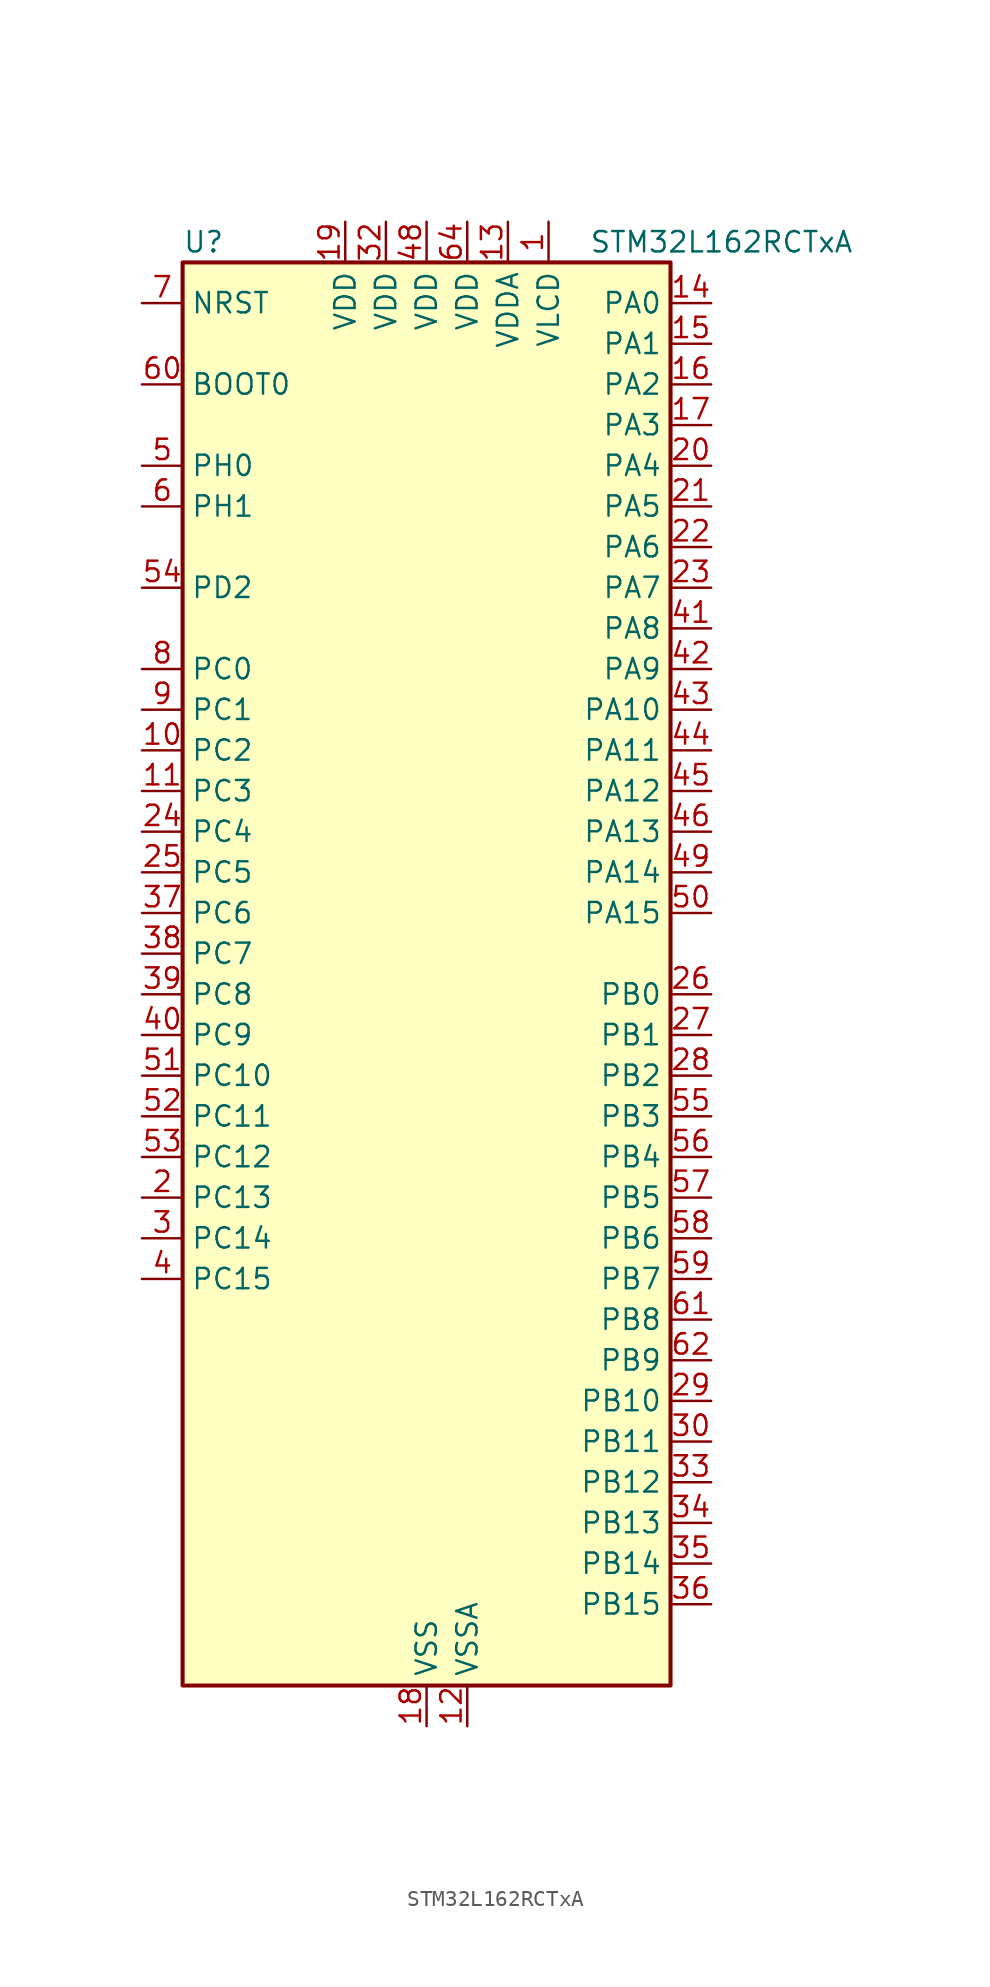
<source format=kicad_sym>
(kicad_symbol_lib
  (version 20231120)
  (generator "kicad_symbol_editor")
  (generator_version "8.0")
  (symbol "STM32L162RCTxA"
    (property "Reference" "U"
      (at -15.24 46.99 0)
      (effects (font (size 1.27 1.27)) (justify left)))
    (property "Value" "STM32L162RCTxA"
      (at 10.16 46.99 0)
      (effects (font (size 1.27 1.27)) (justify left)))
    (property "ki_locked" ""
      (at 0 0 0)
      (effects (font (size 1.27 1.27))))
    (symbol "STM32L162RCTxA_0_1"
      (rectangle (start -15.24 -43.18) (end 15.24 45.72) (stroke (width 0.254) (type default)) (fill (type background))))
    (symbol "STM32L162RCTxA_1_1"
      (pin power_in line (at 7.62 48.26 270) (length 2.54) (name "VLCD" (effects (font (size 1.27 1.27)))) (number "1" (effects (font (size 1.27 1.27)))))
      (pin bidirectional line (at -17.78 15.24 0) (length 2.54) (name "PC2" (effects (font (size 1.27 1.27)))) (number "10" (effects (font (size 1.27 1.27)))) (alternate "ADC_IN12" bidirectional line) (alternate "COMP1_INP" bidirectional line) (alternate "LCD_SEG20" bidirectional line) (alternate "TIMX_IC3" bidirectional line) (alternate "TS_G8_IO3" bidirectional line))
      (pin bidirectional line (at -17.78 12.7 0) (length 2.54) (name "PC3" (effects (font (size 1.27 1.27)))) (number "11" (effects (font (size 1.27 1.27)))) (alternate "ADC_IN13" bidirectional line) (alternate "COMP1_INP" bidirectional line) (alternate "LCD_SEG21" bidirectional line) (alternate "TIMX_IC4" bidirectional line) (alternate "TS_G8_IO4" bidirectional line))
      (pin power_in line (at 2.54 -45.72 90) (length 2.54) (name "VSSA" (effects (font (size 1.27 1.27)))) (number "12" (effects (font (size 1.27 1.27)))))
      (pin power_in line (at 5.08 48.26 270) (length 2.54) (name "VDDA" (effects (font (size 1.27 1.27)))) (number "13" (effects (font (size 1.27 1.27)))))
      (pin bidirectional line (at 17.78 43.18 180) (length 2.54) (name "PA0" (effects (font (size 1.27 1.27)))) (number "14" (effects (font (size 1.27 1.27)))) (alternate "ADC_IN0" bidirectional line) (alternate "COMP1_INP" bidirectional line) (alternate "RTC_TAMP2" bidirectional line) (alternate "SYS_WKUP1" bidirectional line) (alternate "TIM2_CH1" bidirectional line) (alternate "TIM2_ETR" bidirectional line) (alternate "TIM5_CH1" bidirectional line) (alternate "TIMX_IC1" bidirectional line) (alternate "TS_G1_IO1" bidirectional line) (alternate "USART2_CTS" bidirectional line))
      (pin bidirectional line (at 17.78 40.64 180) (length 2.54) (name "PA1" (effects (font (size 1.27 1.27)))) (number "15" (effects (font (size 1.27 1.27)))) (alternate "ADC_IN1" bidirectional line) (alternate "COMP1_INP" bidirectional line) (alternate "LCD_SEG0" bidirectional line) (alternate "OPAMP1_VINP" bidirectional line) (alternate "TIM2_CH2" bidirectional line) (alternate "TIM5_CH2" bidirectional line) (alternate "TIMX_IC2" bidirectional line) (alternate "TS_G1_IO2" bidirectional line) (alternate "USART2_RTS" bidirectional line))
      (pin bidirectional line (at 17.78 38.1 180) (length 2.54) (name "PA2" (effects (font (size 1.27 1.27)))) (number "16" (effects (font (size 1.27 1.27)))) (alternate "ADC_IN2" bidirectional line) (alternate "COMP1_INP" bidirectional line) (alternate "LCD_SEG1" bidirectional line) (alternate "OPAMP1_VINM" bidirectional line) (alternate "TIM2_CH3" bidirectional line) (alternate "TIM5_CH3" bidirectional line) (alternate "TIM9_CH1" bidirectional line) (alternate "TIMX_IC3" bidirectional line) (alternate "TS_G1_IO3" bidirectional line) (alternate "USART2_TX" bidirectional line))
      (pin bidirectional line (at 17.78 35.56 180) (length 2.54) (name "PA3" (effects (font (size 1.27 1.27)))) (number "17" (effects (font (size 1.27 1.27)))) (alternate "ADC_IN3" bidirectional line) (alternate "COMP1_INP" bidirectional line) (alternate "LCD_SEG2" bidirectional line) (alternate "OPAMP1_VOUT" bidirectional line) (alternate "TIM2_CH4" bidirectional line) (alternate "TIM5_CH4" bidirectional line) (alternate "TIM9_CH2" bidirectional line) (alternate "TIMX_IC4" bidirectional line) (alternate "TS_G1_IO4" bidirectional line) (alternate "USART2_RX" bidirectional line))
      (pin power_in line (at 0 -45.72 90) (length 2.54) (name "VSS" (effects (font (size 1.27 1.27)))) (number "18" (effects (font (size 1.27 1.27)))))
      (pin power_in line (at -5.08 48.26 270) (length 2.54) (name "VDD" (effects (font (size 1.27 1.27)))) (number "19" (effects (font (size 1.27 1.27)))))
      (pin bidirectional line (at -17.78 -12.7 0) (length 2.54) (name "PC13" (effects (font (size 1.27 1.27)))) (number "2" (effects (font (size 1.27 1.27)))) (alternate "RTC_OUT_ALARM" bidirectional line) (alternate "RTC_OUT_CALIB" bidirectional line) (alternate "RTC_TAMP1" bidirectional line) (alternate "RTC_TS" bidirectional line) (alternate "SYS_WKUP2" bidirectional line) (alternate "TIMX_IC2" bidirectional line))
      (pin bidirectional line (at 17.78 33.02 180) (length 2.54) (name "PA4" (effects (font (size 1.27 1.27)))) (number "20" (effects (font (size 1.27 1.27)))) (alternate "ADC_IN4" bidirectional line) (alternate "COMP1_INP" bidirectional line) (alternate "DAC_OUT1" bidirectional line) (alternate "I2S3_WS" bidirectional line) (alternate "SPI1_NSS" bidirectional line) (alternate "SPI3_NSS" bidirectional line) (alternate "TIMX_IC1" bidirectional line) (alternate "USART2_CK" bidirectional line))
      (pin bidirectional line (at 17.78 30.48 180) (length 2.54) (name "PA5" (effects (font (size 1.27 1.27)))) (number "21" (effects (font (size 1.27 1.27)))) (alternate "ADC_IN5" bidirectional line) (alternate "COMP1_INP" bidirectional line) (alternate "DAC_OUT2" bidirectional line) (alternate "SPI1_SCK" bidirectional line) (alternate "TIM2_CH1" bidirectional line) (alternate "TIM2_ETR" bidirectional line) (alternate "TIMX_IC2" bidirectional line))
      (pin bidirectional line (at 17.78 27.94 180) (length 2.54) (name "PA6" (effects (font (size 1.27 1.27)))) (number "22" (effects (font (size 1.27 1.27)))) (alternate "ADC_IN6" bidirectional line) (alternate "COMP1_INP" bidirectional line) (alternate "LCD_SEG3" bidirectional line) (alternate "OPAMP2_VINP" bidirectional line) (alternate "SPI1_MISO" bidirectional line) (alternate "TIM10_CH1" bidirectional line) (alternate "TIM3_CH1" bidirectional line) (alternate "TIMX_IC3" bidirectional line) (alternate "TS_G2_IO1" bidirectional line))
      (pin bidirectional line (at 17.78 25.4 180) (length 2.54) (name "PA7" (effects (font (size 1.27 1.27)))) (number "23" (effects (font (size 1.27 1.27)))) (alternate "ADC_IN7" bidirectional line) (alternate "COMP1_INP" bidirectional line) (alternate "LCD_SEG4" bidirectional line) (alternate "OPAMP2_VINM" bidirectional line) (alternate "SPI1_MOSI" bidirectional line) (alternate "TIM11_CH1" bidirectional line) (alternate "TIM3_CH2" bidirectional line) (alternate "TIMX_IC4" bidirectional line) (alternate "TS_G2_IO2" bidirectional line))
      (pin bidirectional line (at -17.78 10.16 0) (length 2.54) (name "PC4" (effects (font (size 1.27 1.27)))) (number "24" (effects (font (size 1.27 1.27)))) (alternate "ADC_IN14" bidirectional line) (alternate "COMP1_INP" bidirectional line) (alternate "LCD_SEG22" bidirectional line) (alternate "TIMX_IC1" bidirectional line) (alternate "TS_G9_IO1" bidirectional line))
      (pin bidirectional line (at -17.78 7.62 0) (length 2.54) (name "PC5" (effects (font (size 1.27 1.27)))) (number "25" (effects (font (size 1.27 1.27)))) (alternate "ADC_IN15" bidirectional line) (alternate "COMP1_INP" bidirectional line) (alternate "LCD_SEG23" bidirectional line) (alternate "TIMX_IC2" bidirectional line) (alternate "TS_G9_IO2" bidirectional line))
      (pin bidirectional line (at 17.78 0 180) (length 2.54) (name "PB0" (effects (font (size 1.27 1.27)))) (number "26" (effects (font (size 1.27 1.27)))) (alternate "ADC_IN8" bidirectional line) (alternate "COMP1_INP" bidirectional line) (alternate "LCD_SEG5" bidirectional line) (alternate "OPAMP2_VOUT" bidirectional line) (alternate "SYS_V_REF_OUT" bidirectional line) (alternate "TIM3_CH3" bidirectional line) (alternate "TS_G3_IO1" bidirectional line))
      (pin bidirectional line (at 17.78 -2.54 180) (length 2.54) (name "PB1" (effects (font (size 1.27 1.27)))) (number "27" (effects (font (size 1.27 1.27)))) (alternate "ADC_IN9" bidirectional line) (alternate "COMP1_INP" bidirectional line) (alternate "LCD_SEG6" bidirectional line) (alternate "SYS_V_REF_OUT" bidirectional line) (alternate "TIM3_CH4" bidirectional line) (alternate "TS_G3_IO2" bidirectional line))
      (pin bidirectional line (at 17.78 -5.08 180) (length 2.54) (name "PB2" (effects (font (size 1.27 1.27)))) (number "28" (effects (font (size 1.27 1.27)))) (alternate "TS_G3_IO3" bidirectional line))
      (pin bidirectional line (at 17.78 -25.4 180) (length 2.54) (name "PB10" (effects (font (size 1.27 1.27)))) (number "29" (effects (font (size 1.27 1.27)))) (alternate "I2C2_SCL" bidirectional line) (alternate "LCD_SEG10" bidirectional line) (alternate "TIM2_CH3" bidirectional line) (alternate "USART3_TX" bidirectional line))
      (pin bidirectional line (at -17.78 -15.24 0) (length 2.54) (name "PC14" (effects (font (size 1.27 1.27)))) (number "3" (effects (font (size 1.27 1.27)))) (alternate "RCC_OSC32_IN" bidirectional line) (alternate "TIMX_IC3" bidirectional line))
      (pin bidirectional line (at 17.78 -27.94 180) (length 2.54) (name "PB11" (effects (font (size 1.27 1.27)))) (number "30" (effects (font (size 1.27 1.27)))) (alternate "ADC_EXTI11" bidirectional line) (alternate "I2C2_SDA" bidirectional line) (alternate "LCD_SEG11" bidirectional line) (alternate "TIM2_CH4" bidirectional line) (alternate "USART3_RX" bidirectional line))
      (pin passive line (at 0 -45.72 90) (length 2.54) hide (name "VSS" (effects (font (size 1.27 1.27)))) (number "31" (effects (font (size 1.27 1.27)))))
      (pin power_in line (at -2.54 48.26 270) (length 2.54) (name "VDD" (effects (font (size 1.27 1.27)))) (number "32" (effects (font (size 1.27 1.27)))))
      (pin bidirectional line (at 17.78 -30.48 180) (length 2.54) (name "PB12" (effects (font (size 1.27 1.27)))) (number "33" (effects (font (size 1.27 1.27)))) (alternate "ADC_IN18" bidirectional line) (alternate "COMP1_INP" bidirectional line) (alternate "I2C2_SMBA" bidirectional line) (alternate "I2S2_WS" bidirectional line) (alternate "LCD_SEG12" bidirectional line) (alternate "SPI2_NSS" bidirectional line) (alternate "TIM10_CH1" bidirectional line) (alternate "TS_G7_IO1" bidirectional line) (alternate "USART3_CK" bidirectional line))
      (pin bidirectional line (at 17.78 -33.02 180) (length 2.54) (name "PB13" (effects (font (size 1.27 1.27)))) (number "34" (effects (font (size 1.27 1.27)))) (alternate "ADC_IN19" bidirectional line) (alternate "COMP1_INP" bidirectional line) (alternate "I2S2_CK" bidirectional line) (alternate "LCD_SEG13" bidirectional line) (alternate "SPI2_SCK" bidirectional line) (alternate "TIM9_CH1" bidirectional line) (alternate "TS_G7_IO2" bidirectional line) (alternate "USART3_CTS" bidirectional line))
      (pin bidirectional line (at 17.78 -35.56 180) (length 2.54) (name "PB14" (effects (font (size 1.27 1.27)))) (number "35" (effects (font (size 1.27 1.27)))) (alternate "ADC_IN20" bidirectional line) (alternate "COMP1_INP" bidirectional line) (alternate "LCD_SEG14" bidirectional line) (alternate "SPI2_MISO" bidirectional line) (alternate "TIM9_CH2" bidirectional line) (alternate "TS_G7_IO3" bidirectional line) (alternate "USART3_RTS" bidirectional line))
      (pin bidirectional line (at 17.78 -38.1 180) (length 2.54) (name "PB15" (effects (font (size 1.27 1.27)))) (number "36" (effects (font (size 1.27 1.27)))) (alternate "ADC_EXTI15" bidirectional line) (alternate "ADC_IN21" bidirectional line) (alternate "COMP1_INP" bidirectional line) (alternate "I2S2_SD" bidirectional line) (alternate "LCD_SEG15" bidirectional line) (alternate "RTC_REFIN" bidirectional line) (alternate "SPI2_MOSI" bidirectional line) (alternate "TIM11_CH1" bidirectional line) (alternate "TS_G7_IO4" bidirectional line))
      (pin bidirectional line (at -17.78 5.08 0) (length 2.54) (name "PC6" (effects (font (size 1.27 1.27)))) (number "37" (effects (font (size 1.27 1.27)))) (alternate "I2S2_MCK" bidirectional line) (alternate "LCD_SEG24" bidirectional line) (alternate "TIM3_CH1" bidirectional line) (alternate "TIMX_IC3" bidirectional line) (alternate "TS_G10_IO1" bidirectional line))
      (pin bidirectional line (at -17.78 2.54 0) (length 2.54) (name "PC7" (effects (font (size 1.27 1.27)))) (number "38" (effects (font (size 1.27 1.27)))) (alternate "I2S3_MCK" bidirectional line) (alternate "LCD_SEG25" bidirectional line) (alternate "TIM3_CH2" bidirectional line) (alternate "TIMX_IC4" bidirectional line) (alternate "TS_G10_IO2" bidirectional line))
      (pin bidirectional line (at -17.78 0 0) (length 2.54) (name "PC8" (effects (font (size 1.27 1.27)))) (number "39" (effects (font (size 1.27 1.27)))) (alternate "LCD_SEG26" bidirectional line) (alternate "TIM3_CH3" bidirectional line) (alternate "TIMX_IC1" bidirectional line) (alternate "TS_G10_IO3" bidirectional line))
      (pin bidirectional line (at -17.78 -17.78 0) (length 2.54) (name "PC15" (effects (font (size 1.27 1.27)))) (number "4" (effects (font (size 1.27 1.27)))) (alternate "ADC_EXTI15" bidirectional line) (alternate "RCC_OSC32_OUT" bidirectional line) (alternate "TIMX_IC4" bidirectional line))
      (pin bidirectional line (at -17.78 -2.54 0) (length 2.54) (name "PC9" (effects (font (size 1.27 1.27)))) (number "40" (effects (font (size 1.27 1.27)))) (alternate "DAC_EXTI9" bidirectional line) (alternate "LCD_SEG27" bidirectional line) (alternate "TIM3_CH4" bidirectional line) (alternate "TIMX_IC2" bidirectional line) (alternate "TS_G10_IO4" bidirectional line))
      (pin bidirectional line (at 17.78 22.86 180) (length 2.54) (name "PA8" (effects (font (size 1.27 1.27)))) (number "41" (effects (font (size 1.27 1.27)))) (alternate "LCD_COM0" bidirectional line) (alternate "RCC_MCO" bidirectional line) (alternate "TIMX_IC1" bidirectional line) (alternate "TS_G4_IO1" bidirectional line) (alternate "USART1_CK" bidirectional line))
      (pin bidirectional line (at 17.78 20.32 180) (length 2.54) (name "PA9" (effects (font (size 1.27 1.27)))) (number "42" (effects (font (size 1.27 1.27)))) (alternate "DAC_EXTI9" bidirectional line) (alternate "LCD_COM1" bidirectional line) (alternate "TIMX_IC2" bidirectional line) (alternate "TS_G4_IO2" bidirectional line) (alternate "USART1_TX" bidirectional line))
      (pin bidirectional line (at 17.78 17.78 180) (length 2.54) (name "PA10" (effects (font (size 1.27 1.27)))) (number "43" (effects (font (size 1.27 1.27)))) (alternate "LCD_COM2" bidirectional line) (alternate "TIMX_IC3" bidirectional line) (alternate "TS_G4_IO3" bidirectional line) (alternate "USART1_RX" bidirectional line))
      (pin bidirectional line (at 17.78 15.24 180) (length 2.54) (name "PA11" (effects (font (size 1.27 1.27)))) (number "44" (effects (font (size 1.27 1.27)))) (alternate "ADC_EXTI11" bidirectional line) (alternate "SPI1_MISO" bidirectional line) (alternate "TIMX_IC4" bidirectional line) (alternate "USART1_CTS" bidirectional line) (alternate "USB_DM" bidirectional line))
      (pin bidirectional line (at 17.78 12.7 180) (length 2.54) (name "PA12" (effects (font (size 1.27 1.27)))) (number "45" (effects (font (size 1.27 1.27)))) (alternate "SPI1_MOSI" bidirectional line) (alternate "TIMX_IC1" bidirectional line) (alternate "USART1_RTS" bidirectional line) (alternate "USB_DP" bidirectional line))
      (pin bidirectional line (at 17.78 10.16 180) (length 2.54) (name "PA13" (effects (font (size 1.27 1.27)))) (number "46" (effects (font (size 1.27 1.27)))) (alternate "SYS_JTMS-SWDIO" bidirectional line) (alternate "TIMX_IC2" bidirectional line) (alternate "TS_G5_IO1" bidirectional line))
      (pin passive line (at 0 -45.72 90) (length 2.54) hide (name "VSS" (effects (font (size 1.27 1.27)))) (number "47" (effects (font (size 1.27 1.27)))))
      (pin power_in line (at 0 48.26 270) (length 2.54) (name "VDD" (effects (font (size 1.27 1.27)))) (number "48" (effects (font (size 1.27 1.27)))))
      (pin bidirectional line (at 17.78 7.62 180) (length 2.54) (name "PA14" (effects (font (size 1.27 1.27)))) (number "49" (effects (font (size 1.27 1.27)))) (alternate "SYS_JTCK-SWCLK" bidirectional line) (alternate "TIMX_IC3" bidirectional line) (alternate "TS_G5_IO2" bidirectional line))
      (pin bidirectional line (at -17.78 33.02 0) (length 2.54) (name "PH0" (effects (font (size 1.27 1.27)))) (number "5" (effects (font (size 1.27 1.27)))) (alternate "RCC_OSC_IN" bidirectional line))
      (pin bidirectional line (at 17.78 5.08 180) (length 2.54) (name "PA15" (effects (font (size 1.27 1.27)))) (number "50" (effects (font (size 1.27 1.27)))) (alternate "ADC_EXTI15" bidirectional line) (alternate "I2S3_WS" bidirectional line) (alternate "LCD_SEG17" bidirectional line) (alternate "SPI1_NSS" bidirectional line) (alternate "SPI3_NSS" bidirectional line) (alternate "SYS_JTDI" bidirectional line) (alternate "TIM2_CH1" bidirectional line) (alternate "TIM2_ETR" bidirectional line) (alternate "TIMX_IC4" bidirectional line) (alternate "TS_G5_IO3" bidirectional line))
      (pin bidirectional line (at -17.78 -5.08 0) (length 2.54) (name "PC10" (effects (font (size 1.27 1.27)))) (number "51" (effects (font (size 1.27 1.27)))) (alternate "I2S3_CK" bidirectional line) (alternate "LCD_COM4" bidirectional line) (alternate "LCD_SEG28" bidirectional line) (alternate "LCD_SEG40" bidirectional line) (alternate "SPI3_SCK" bidirectional line) (alternate "TIMX_IC3" bidirectional line) (alternate "USART3_TX" bidirectional line))
      (pin bidirectional line (at -17.78 -7.62 0) (length 2.54) (name "PC11" (effects (font (size 1.27 1.27)))) (number "52" (effects (font (size 1.27 1.27)))) (alternate "ADC_EXTI11" bidirectional line) (alternate "LCD_COM5" bidirectional line) (alternate "LCD_SEG29" bidirectional line) (alternate "LCD_SEG41" bidirectional line) (alternate "SPI3_MISO" bidirectional line) (alternate "TIMX_IC4" bidirectional line) (alternate "USART3_RX" bidirectional line))
      (pin bidirectional line (at -17.78 -10.16 0) (length 2.54) (name "PC12" (effects (font (size 1.27 1.27)))) (number "53" (effects (font (size 1.27 1.27)))) (alternate "I2S3_SD" bidirectional line) (alternate "LCD_COM6" bidirectional line) (alternate "LCD_SEG30" bidirectional line) (alternate "LCD_SEG42" bidirectional line) (alternate "SPI3_MOSI" bidirectional line) (alternate "TIMX_IC1" bidirectional line) (alternate "USART3_CK" bidirectional line))
      (pin bidirectional line (at -17.78 25.4 0) (length 2.54) (name "PD2" (effects (font (size 1.27 1.27)))) (number "54" (effects (font (size 1.27 1.27)))) (alternate "LCD_COM7" bidirectional line) (alternate "LCD_SEG31" bidirectional line) (alternate "LCD_SEG43" bidirectional line) (alternate "TIM3_ETR" bidirectional line) (alternate "TIMX_IC3" bidirectional line))
      (pin bidirectional line (at 17.78 -7.62 180) (length 2.54) (name "PB3" (effects (font (size 1.27 1.27)))) (number "55" (effects (font (size 1.27 1.27)))) (alternate "COMP2_INM" bidirectional line) (alternate "I2S3_CK" bidirectional line) (alternate "LCD_SEG7" bidirectional line) (alternate "SPI1_SCK" bidirectional line) (alternate "SPI3_SCK" bidirectional line) (alternate "SYS_JTDO-TRACESWO" bidirectional line) (alternate "TIM2_CH2" bidirectional line))
      (pin bidirectional line (at 17.78 -10.16 180) (length 2.54) (name "PB4" (effects (font (size 1.27 1.27)))) (number "56" (effects (font (size 1.27 1.27)))) (alternate "COMP2_INP" bidirectional line) (alternate "LCD_SEG8" bidirectional line) (alternate "SPI1_MISO" bidirectional line) (alternate "SPI3_MISO" bidirectional line) (alternate "SYS_JTRST" bidirectional line) (alternate "TIM3_CH1" bidirectional line) (alternate "TS_G6_IO1" bidirectional line))
      (pin bidirectional line (at 17.78 -12.7 180) (length 2.54) (name "PB5" (effects (font (size 1.27 1.27)))) (number "57" (effects (font (size 1.27 1.27)))) (alternate "COMP2_INP" bidirectional line) (alternate "I2C1_SMBA" bidirectional line) (alternate "I2S3_SD" bidirectional line) (alternate "LCD_SEG9" bidirectional line) (alternate "SPI1_MOSI" bidirectional line) (alternate "SPI3_MOSI" bidirectional line) (alternate "TIM3_CH2" bidirectional line) (alternate "TS_G6_IO2" bidirectional line))
      (pin bidirectional line (at 17.78 -15.24 180) (length 2.54) (name "PB6" (effects (font (size 1.27 1.27)))) (number "58" (effects (font (size 1.27 1.27)))) (alternate "COMP2_INP" bidirectional line) (alternate "I2C1_SCL" bidirectional line) (alternate "TIM4_CH1" bidirectional line) (alternate "TS_G6_IO3" bidirectional line) (alternate "USART1_TX" bidirectional line))
      (pin bidirectional line (at 17.78 -17.78 180) (length 2.54) (name "PB7" (effects (font (size 1.27 1.27)))) (number "59" (effects (font (size 1.27 1.27)))) (alternate "COMP2_INP" bidirectional line) (alternate "I2C1_SDA" bidirectional line) (alternate "SYS_PVD_IN" bidirectional line) (alternate "TIM4_CH2" bidirectional line) (alternate "TS_G6_IO4" bidirectional line) (alternate "USART1_RX" bidirectional line))
      (pin bidirectional line (at -17.78 30.48 0) (length 2.54) (name "PH1" (effects (font (size 1.27 1.27)))) (number "6" (effects (font (size 1.27 1.27)))) (alternate "RCC_OSC_OUT" bidirectional line))
      (pin input line (at -17.78 38.1 0) (length 2.54) (name "BOOT0" (effects (font (size 1.27 1.27)))) (number "60" (effects (font (size 1.27 1.27)))))
      (pin bidirectional line (at 17.78 -20.32 180) (length 2.54) (name "PB8" (effects (font (size 1.27 1.27)))) (number "61" (effects (font (size 1.27 1.27)))) (alternate "I2C1_SCL" bidirectional line) (alternate "LCD_SEG16" bidirectional line) (alternate "TIM10_CH1" bidirectional line) (alternate "TIM4_CH3" bidirectional line))
      (pin bidirectional line (at 17.78 -22.86 180) (length 2.54) (name "PB9" (effects (font (size 1.27 1.27)))) (number "62" (effects (font (size 1.27 1.27)))) (alternate "DAC_EXTI9" bidirectional line) (alternate "I2C1_SDA" bidirectional line) (alternate "LCD_COM3" bidirectional line) (alternate "TIM11_CH1" bidirectional line) (alternate "TIM4_CH4" bidirectional line))
      (pin passive line (at 0 -45.72 90) (length 2.54) hide (name "VSS" (effects (font (size 1.27 1.27)))) (number "63" (effects (font (size 1.27 1.27)))))
      (pin power_in line (at 2.54 48.26 270) (length 2.54) (name "VDD" (effects (font (size 1.27 1.27)))) (number "64" (effects (font (size 1.27 1.27)))))
      (pin input line (at -17.78 43.18 0) (length 2.54) (name "NRST" (effects (font (size 1.27 1.27)))) (number "7" (effects (font (size 1.27 1.27)))))
      (pin bidirectional line (at -17.78 20.32 0) (length 2.54) (name "PC0" (effects (font (size 1.27 1.27)))) (number "8" (effects (font (size 1.27 1.27)))) (alternate "ADC_IN10" bidirectional line) (alternate "COMP1_INP" bidirectional line) (alternate "LCD_SEG18" bidirectional line) (alternate "TIMX_IC1" bidirectional line) (alternate "TS_G8_IO1" bidirectional line))
      (pin bidirectional line (at -17.78 17.78 0) (length 2.54) (name "PC1" (effects (font (size 1.27 1.27)))) (number "9" (effects (font (size 1.27 1.27)))) (alternate "ADC_IN11" bidirectional line) (alternate "COMP1_INP" bidirectional line) (alternate "LCD_SEG19" bidirectional line) (alternate "TIMX_IC2" bidirectional line) (alternate "TS_G8_IO2" bidirectional line)))))
</source>
